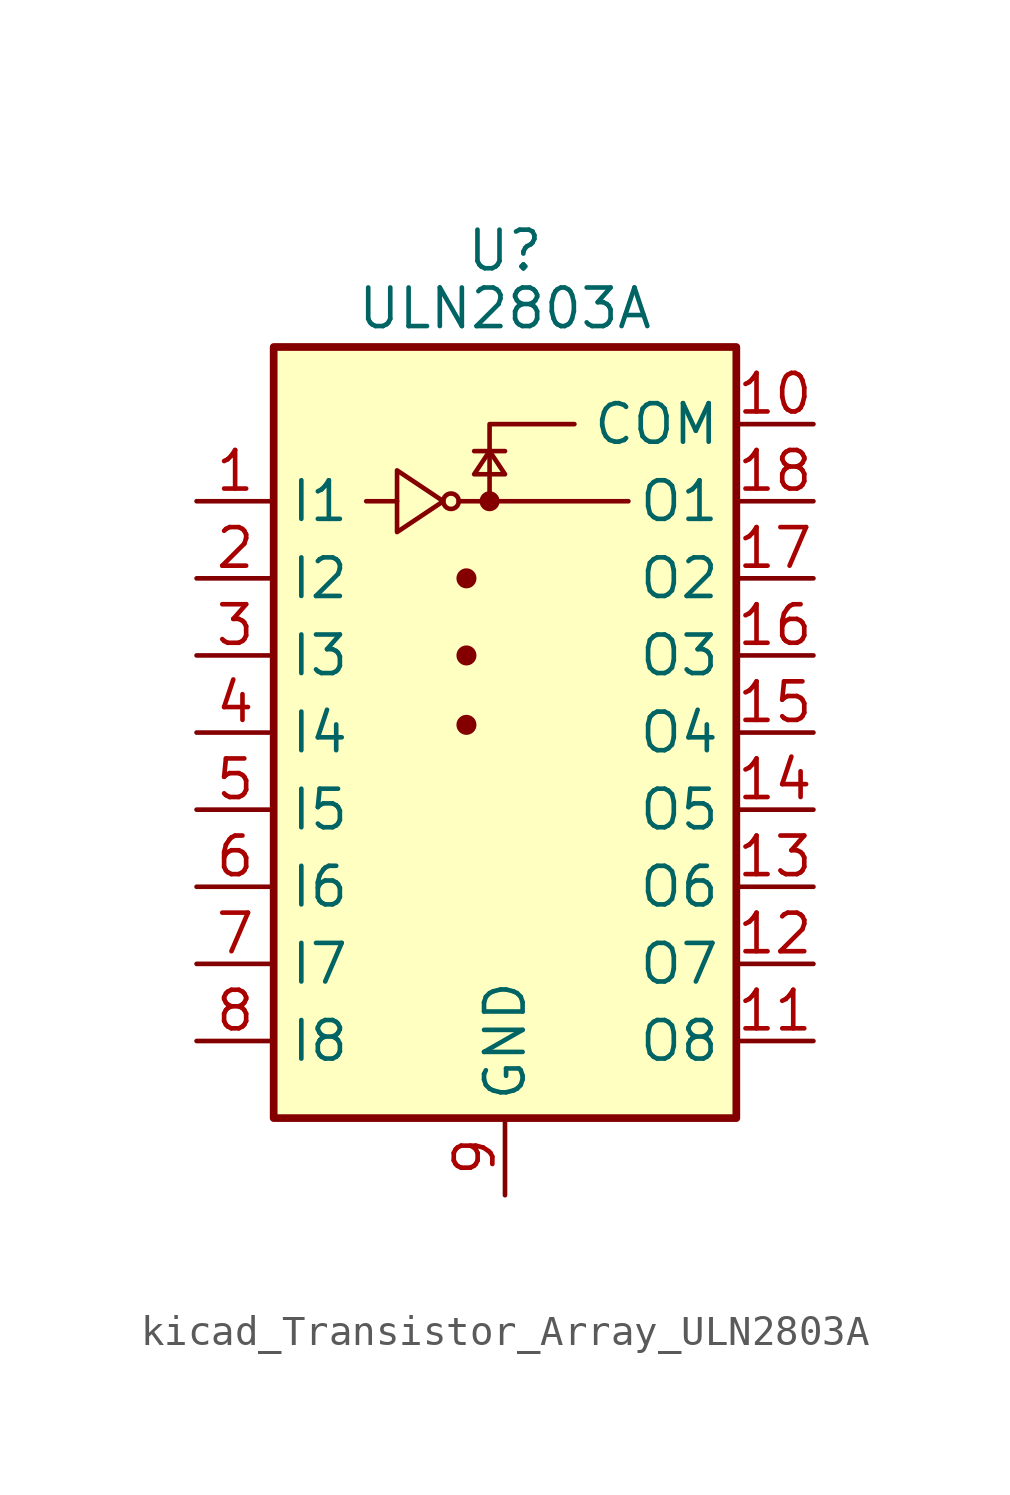
<source format=kicad_sym>
(kicad_symbol_lib
  (version 20220914)
  (generator kicad_symbol_editor)
  (symbol "kicad_Transistor_Array_ULN2803A"
    (property "Reference" "U"
      (at 0 13.335 0)
      (effects (font (size 1.27 1.27))))
    (property "Value" "ULN2803A"
      (at 0 11.43 0)
      (effects (font (size 1.27 1.27))))
    (symbol "kicad_Transistor_Array_ULN2803A_0_1"
      (rectangle (start -7.62 -15.24) (end 7.62 10.16) (stroke (width 0.254) (type default)) (fill (type background)))
      (circle (center -1.778 5.08) (radius 0.254) (stroke (width 0) (type default)) (fill (type none)))
      (circle (center -1.27 -2.286) (radius 0.254) (stroke (width 0) (type default)) (fill (type outline)))
      (circle (center -1.27 0) (radius 0.254) (stroke (width 0) (type default)) (fill (type outline)))
      (circle (center -1.27 2.54) (radius 0.254) (stroke (width 0) (type default)) (fill (type outline)))
      (circle (center -0.508 5.08) (radius 0.254) (stroke (width 0) (type default)) (fill (type outline)))
      (polyline (pts (xy -4.572 5.08) (xy -3.556 5.08)) (stroke (width 0) (type default)) (fill (type none)))
      (polyline (pts (xy -1.524 5.08) (xy 4.064 5.08)) (stroke (width 0) (type default)) (fill (type none)))
      (polyline (pts (xy 0 6.731) (xy -1.016 6.731)) (stroke (width 0) (type default)) (fill (type none)))
      (polyline (pts (xy -0.508 5.08) (xy -0.508 7.62) (xy 2.286 7.62)) (stroke (width 0) (type default)) (fill (type none)))
      (polyline (pts (xy -3.556 6.096) (xy -3.556 4.064) (xy -2.032 5.08) (xy -3.556 6.096)) (stroke (width 0) (type default)) (fill (type none)))
      (polyline (pts (xy 0 5.969) (xy -1.016 5.969) (xy -0.508 6.731) (xy 0 5.969)) (stroke (width 0) (type default)) (fill (type none))))
    (symbol "kicad_Transistor_Array_ULN2803A_1_1"
      (pin input line (at -10.16 5.08 0) (length 2.54) (name "I1" (effects (font (size 1.27 1.27)))) (number "1" (effects (font (size 1.27 1.27)))))
      (pin passive line (at 10.16 7.62 180) (length 2.54) (name "COM" (effects (font (size 1.27 1.27)))) (number "10" (effects (font (size 1.27 1.27)))))
      (pin open_collector line (at 10.16 -12.7 180) (length 2.54) (name "O8" (effects (font (size 1.27 1.27)))) (number "11" (effects (font (size 1.27 1.27)))))
      (pin open_collector line (at 10.16 -10.16 180) (length 2.54) (name "O7" (effects (font (size 1.27 1.27)))) (number "12" (effects (font (size 1.27 1.27)))))
      (pin open_collector line (at 10.16 -7.62 180) (length 2.54) (name "O6" (effects (font (size 1.27 1.27)))) (number "13" (effects (font (size 1.27 1.27)))))
      (pin open_collector line (at 10.16 -5.08 180) (length 2.54) (name "O5" (effects (font (size 1.27 1.27)))) (number "14" (effects (font (size 1.27 1.27)))))
      (pin open_collector line (at 10.16 -2.54 180) (length 2.54) (name "O4" (effects (font (size 1.27 1.27)))) (number "15" (effects (font (size 1.27 1.27)))))
      (pin open_collector line (at 10.16 0 180) (length 2.54) (name "O3" (effects (font (size 1.27 1.27)))) (number "16" (effects (font (size 1.27 1.27)))))
      (pin open_collector line (at 10.16 2.54 180) (length 2.54) (name "O2" (effects (font (size 1.27 1.27)))) (number "17" (effects (font (size 1.27 1.27)))))
      (pin open_collector line (at 10.16 5.08 180) (length 2.54) (name "O1" (effects (font (size 1.27 1.27)))) (number "18" (effects (font (size 1.27 1.27)))))
      (pin input line (at -10.16 2.54 0) (length 2.54) (name "I2" (effects (font (size 1.27 1.27)))) (number "2" (effects (font (size 1.27 1.27)))))
      (pin input line (at -10.16 0 0) (length 2.54) (name "I3" (effects (font (size 1.27 1.27)))) (number "3" (effects (font (size 1.27 1.27)))))
      (pin input line (at -10.16 -2.54 0) (length 2.54) (name "I4" (effects (font (size 1.27 1.27)))) (number "4" (effects (font (size 1.27 1.27)))))
      (pin input line (at -10.16 -5.08 0) (length 2.54) (name "I5" (effects (font (size 1.27 1.27)))) (number "5" (effects (font (size 1.27 1.27)))))
      (pin input line (at -10.16 -7.62 0) (length 2.54) (name "I6" (effects (font (size 1.27 1.27)))) (number "6" (effects (font (size 1.27 1.27)))))
      (pin input line (at -10.16 -10.16 0) (length 2.54) (name "I7" (effects (font (size 1.27 1.27)))) (number "7" (effects (font (size 1.27 1.27)))))
      (pin input line (at -10.16 -12.7 0) (length 2.54) (name "I8" (effects (font (size 1.27 1.27)))) (number "8" (effects (font (size 1.27 1.27)))))
      (pin power_in line (at 0 -17.78 90) (length 2.54) (name "GND" (effects (font (size 1.27 1.27)))) (number "9" (effects (font (size 1.27 1.27))))))))
</source>
